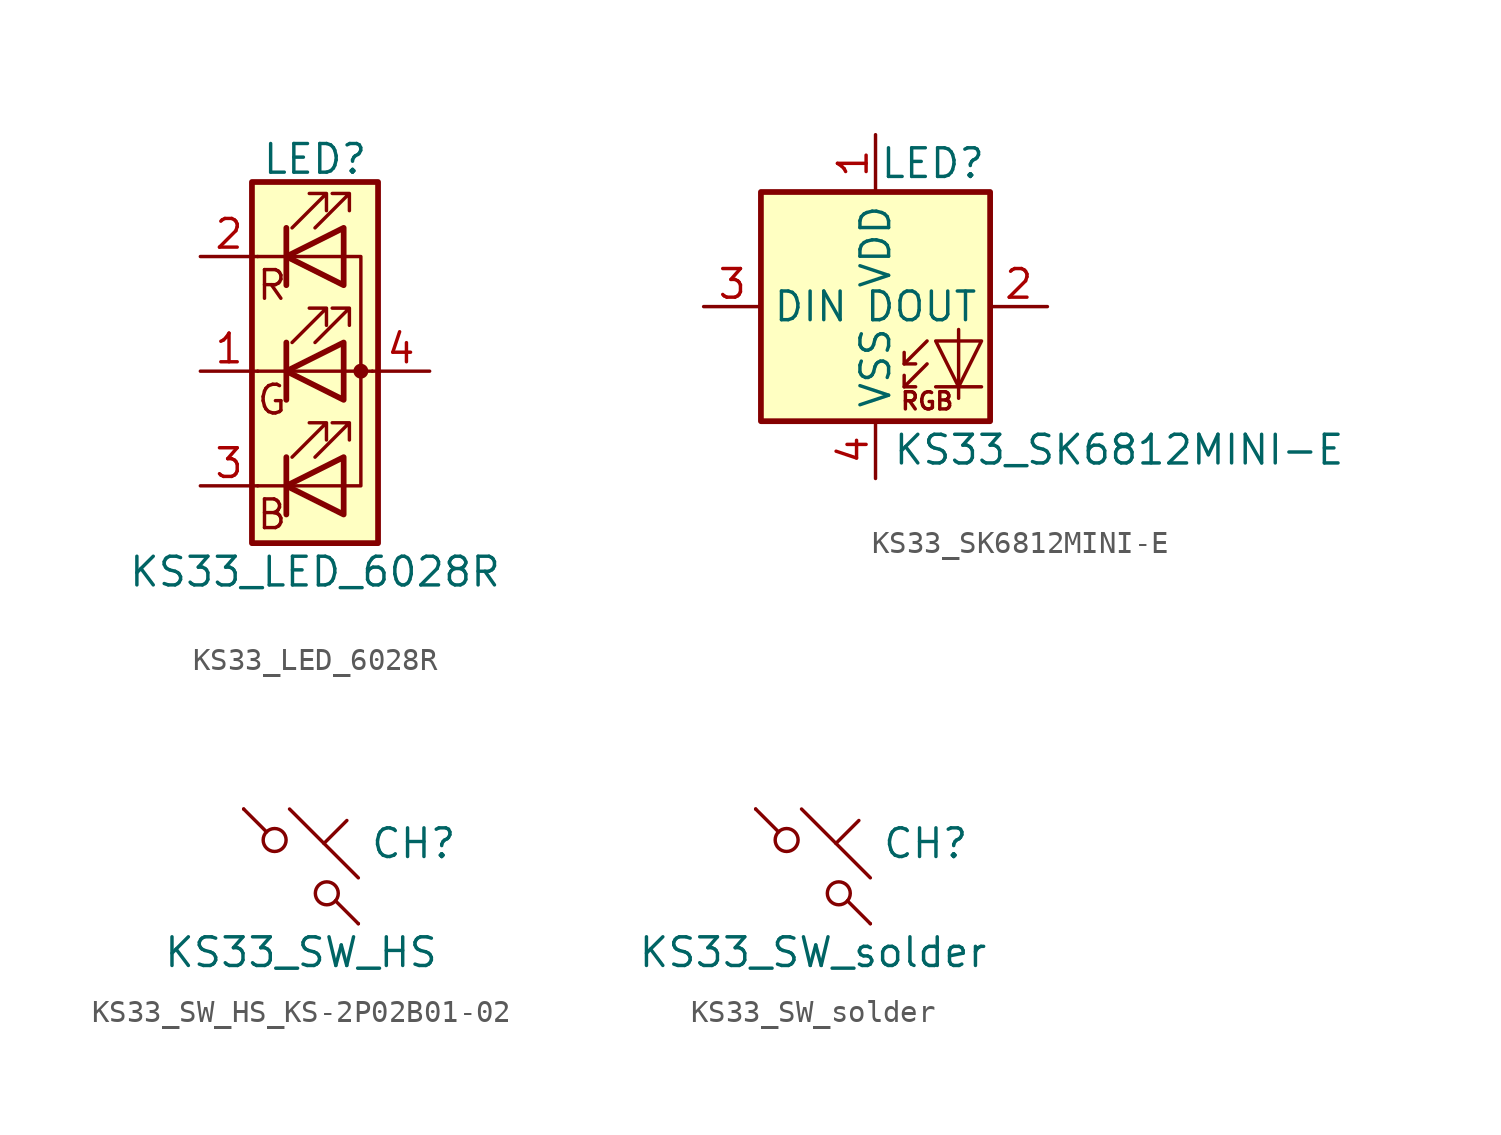
<source format=kicad_sym>
(kicad_symbol_lib
  (version 20220914)
  (generator kicad_symbol_editor)
  (symbol "KS33_LED_6028R"
    (pin_names
      (offset 0) hide)
    (property "Reference" "LED"
      (at 0 9.398 0)
      (effects (font (size 1.27 1.27))))
    (property "Value" "KS33_LED_6028R"
      (at 0 -8.89 0)
      (effects (font (size 1.27 1.27))))
    (symbol "KS33_LED_6028R_0_0"
      (text "B" (at -1.905 -6.35 0) (effects (font (size 1.27 1.27))))
      (text "G" (at -1.905 -1.27 0) (effects (font (size 1.27 1.27))))
      (text "R" (at -1.905 3.81 0) (effects (font (size 1.27 1.27)))))
    (symbol "KS33_LED_6028R_0_1"
      (polyline (pts (xy -1.27 -5.08) (xy -2.54 -5.08)) (stroke (width 0) (type default)) (fill (type none)))
      (polyline (pts (xy -1.27 -5.08) (xy 1.27 -5.08)) (stroke (width 0) (type default)) (fill (type none)))
      (polyline (pts (xy -1.27 -3.81) (xy -1.27 -6.35)) (stroke (width 0.254) (type default)) (fill (type none)))
      (polyline (pts (xy -1.27 0) (xy -2.54 0)) (stroke (width 0) (type default)) (fill (type none)))
      (polyline (pts (xy -1.27 1.27) (xy -1.27 -1.27)) (stroke (width 0.254) (type default)) (fill (type none)))
      (polyline (pts (xy -1.27 5.08) (xy -2.54 5.08)) (stroke (width 0) (type default)) (fill (type none)))
      (polyline (pts (xy -1.27 5.08) (xy 1.27 5.08)) (stroke (width 0) (type default)) (fill (type none)))
      (polyline (pts (xy -1.27 6.35) (xy -1.27 3.81)) (stroke (width 0.254) (type default)) (fill (type none)))
      (polyline (pts (xy 1.27 0) (xy -1.27 0)) (stroke (width 0) (type default)) (fill (type none)))
      (polyline (pts (xy 1.27 0) (xy 2.54 0)) (stroke (width 0) (type default)) (fill (type none)))
      (polyline (pts (xy -1.27 1.27) (xy -1.27 -1.27) (xy -1.27 -1.27)) (stroke (width 0) (type default)) (fill (type none)))
      (polyline (pts (xy -1.27 6.35) (xy -1.27 3.81) (xy -1.27 3.81)) (stroke (width 0) (type default)) (fill (type none)))
      (polyline (pts (xy 1.27 -5.08) (xy 2.032 -5.08) (xy 2.032 5.08) (xy 1.27 5.08)) (stroke (width 0) (type default)) (fill (type none)))
      (polyline (pts (xy 1.27 -3.81) (xy 1.27 -6.35) (xy -1.27 -5.08) (xy 1.27 -3.81)) (stroke (width 0.254) (type default)) (fill (type none)))
      (polyline (pts (xy 1.27 1.27) (xy 1.27 -1.27) (xy -1.27 0) (xy 1.27 1.27)) (stroke (width 0.254) (type default)) (fill (type none)))
      (polyline (pts (xy 1.27 6.35) (xy 1.27 3.81) (xy -1.27 5.08) (xy 1.27 6.35)) (stroke (width 0.254) (type default)) (fill (type none)))
      (polyline (pts (xy -1.016 -3.81) (xy 0.508 -2.286) (xy -0.254 -2.286) (xy 0.508 -2.286) (xy 0.508 -3.048)) (stroke (width 0) (type default)) (fill (type none)))
      (polyline (pts (xy -1.016 1.27) (xy 0.508 2.794) (xy -0.254 2.794) (xy 0.508 2.794) (xy 0.508 2.032)) (stroke (width 0) (type default)) (fill (type none)))
      (polyline (pts (xy -1.016 6.35) (xy 0.508 7.874) (xy -0.254 7.874) (xy 0.508 7.874) (xy 0.508 7.112)) (stroke (width 0) (type default)) (fill (type none)))
      (polyline (pts (xy 0 -3.81) (xy 1.524 -2.286) (xy 0.762 -2.286) (xy 1.524 -2.286) (xy 1.524 -3.048)) (stroke (width 0) (type default)) (fill (type none)))
      (polyline (pts (xy 0 1.27) (xy 1.524 2.794) (xy 0.762 2.794) (xy 1.524 2.794) (xy 1.524 2.032)) (stroke (width 0) (type default)) (fill (type none)))
      (polyline (pts (xy 0 6.35) (xy 1.524 7.874) (xy 0.762 7.874) (xy 1.524 7.874) (xy 1.524 7.112)) (stroke (width 0) (type default)) (fill (type none)))
      (rectangle (start 1.27 -1.27) (end 1.27 1.27) (stroke (width 0) (type default)) (fill (type none)))
      (rectangle (start 1.27 1.27) (end 1.27 1.27) (stroke (width 0) (type default)) (fill (type none)))
      (rectangle (start 1.27 3.81) (end 1.27 6.35) (stroke (width 0) (type default)) (fill (type none)))
      (rectangle (start 1.27 6.35) (end 1.27 6.35) (stroke (width 0) (type default)) (fill (type none)))
      (circle (center 2.032 0) (radius 0.254) (stroke (width 0) (type default)) (fill (type outline)))
      (rectangle (start 2.794 8.382) (end -2.794 -7.62) (stroke (width 0.254) (type default)) (fill (type background))))
    (symbol "KS33_LED_6028R_1_1"
      (pin passive line (at -5.08 0 0) (length 2.54) (name "GK" (effects (font (size 1.27 1.27)))) (number "1" (effects (font (size 1.27 1.27)))))
      (pin passive line (at -5.08 5.08 0) (length 2.54) (name "RK" (effects (font (size 1.27 1.27)))) (number "2" (effects (font (size 1.27 1.27)))))
      (pin passive line (at -5.08 -5.08 0) (length 2.54) (name "BK" (effects (font (size 1.27 1.27)))) (number "3" (effects (font (size 1.27 1.27)))))
      (pin passive line (at 5.08 0 180) (length 2.54) (name "A" (effects (font (size 1.27 1.27)))) (number "4" (effects (font (size 1.27 1.27)))))))
  (symbol "KS33_SK6812MINI-E"
    (property "Reference" "LED"
      (at 2.54 6.35 0)
      (effects (font (size 1.27 1.27))))
    (property "Value" "KS33_SK6812MINI-E"
      (at 10.795 -6.35 0)
      (effects (font (size 1.27 1.27))))
    (symbol "KS33_SK6812MINI-E_0_0"
      (text "RGB" (at 2.286 -4.191 0) (effects (font (size 0.762 0.762)))))
    (symbol "KS33_SK6812MINI-E_0_1"
      (rectangle (start -5.08 5.08) (end 5.08 -5.08) (stroke (width 0.254) (type default)) (fill (type background)))
      (polyline (pts (xy 1.27 -3.556) (xy 1.778 -3.556)) (stroke (width 0) (type default)) (fill (type none)))
      (polyline (pts (xy 1.27 -2.54) (xy 1.778 -2.54)) (stroke (width 0) (type default)) (fill (type none)))
      (polyline (pts (xy 4.699 -3.556) (xy 2.667 -3.556)) (stroke (width 0) (type default)) (fill (type none)))
      (polyline (pts (xy 2.286 -2.54) (xy 1.27 -3.556) (xy 1.27 -3.048)) (stroke (width 0) (type default)) (fill (type none)))
      (polyline (pts (xy 2.286 -1.524) (xy 1.27 -2.54) (xy 1.27 -2.032)) (stroke (width 0) (type default)) (fill (type none)))
      (polyline (pts (xy 3.683 -1.016) (xy 3.683 -3.556) (xy 3.683 -4.064)) (stroke (width 0) (type default)) (fill (type none)))
      (polyline (pts (xy 4.699 -1.524) (xy 2.667 -1.524) (xy 3.683 -3.556) (xy 4.699 -1.524)) (stroke (width 0) (type default)) (fill (type none))))
    (symbol "KS33_SK6812MINI-E_1_1"
      (pin power_in line (at 0 7.62 270) (length 2.54) (name "VDD" (effects (font (size 1.27 1.27)))) (number "1" (effects (font (size 1.27 1.27)))))
      (pin output line (at 7.62 0 180) (length 2.54) (name "DOUT" (effects (font (size 1.27 1.27)))) (number "2" (effects (font (size 1.27 1.27)))))
      (pin input line (at -7.62 0 0) (length 2.54) (name "DIN" (effects (font (size 1.27 1.27)))) (number "3" (effects (font (size 1.27 1.27)))))
      (pin power_in line (at 0 -7.62 90) (length 2.54) (name "VSS" (effects (font (size 1.27 1.27)))) (number "4" (effects (font (size 1.27 1.27)))))))
  (symbol "KS33_SW_HS_KS-2P02B01-02"
    (pin_numbers hide)
    (pin_names
      (offset 1.016) hide)
    (property "Reference" "CH"
      (at 3.048 1.016 0)
      (effects (font (size 1.27 1.27)) (justify left)))
    (property "Value" "KS33_SW_HS"
      (at 0 -3.81 0)
      (effects (font (size 1.27 1.27))))
    (symbol "KS33_SW_HS_KS-2P02B01-02_0_1"
      (circle (center -1.168 1.168) (radius 0.508) (stroke (width 0) (type default)) (fill (type none)))
      (polyline (pts (xy -0.508 2.54) (xy 2.54 -0.508)) (stroke (width 0) (type default)) (fill (type none)))
      (polyline (pts (xy 1.016 1.016) (xy 2.032 2.032)) (stroke (width 0) (type default)) (fill (type none)))
      (polyline (pts (xy -2.54 2.54) (xy -1.524 1.524) (xy -1.524 1.524)) (stroke (width 0) (type default)) (fill (type none)))
      (polyline (pts (xy 1.524 -1.524) (xy 2.54 -2.54) (xy 2.54 -2.54) (xy 2.54 -2.54)) (stroke (width 0) (type default)) (fill (type none)))
      (circle (center 1.143 -1.194) (radius 0.508) (stroke (width 0) (type default)) (fill (type none)))
      (pin passive line (at -2.54 2.54 0) (length 0) (name "1" (effects (font (size 1.27 1.27)))) (number "1" (effects (font (size 1.27 1.27)))))
      (pin passive line (at 2.54 -2.54 180) (length 0) (name "2" (effects (font (size 1.27 1.27)))) (number "2" (effects (font (size 1.27 1.27)))))))
  (symbol "KS33_SW_solder"
    (pin_numbers hide)
    (pin_names
      (offset 1.016) hide)
    (property "Reference" "CH"
      (at 3.048 1.016 0)
      (effects (font (size 1.27 1.27)) (justify left)))
    (property "Value" "KS33_SW_solder"
      (at 0 -3.81 0)
      (effects (font (size 1.27 1.27))))
    (symbol "KS33_SW_solder_0_1"
      (circle (center -1.168 1.168) (radius 0.508) (stroke (width 0) (type default)) (fill (type none)))
      (polyline (pts (xy -0.508 2.54) (xy 2.54 -0.508)) (stroke (width 0) (type default)) (fill (type none)))
      (polyline (pts (xy 1.016 1.016) (xy 2.032 2.032)) (stroke (width 0) (type default)) (fill (type none)))
      (polyline (pts (xy -2.54 2.54) (xy -1.524 1.524) (xy -1.524 1.524)) (stroke (width 0) (type default)) (fill (type none)))
      (polyline (pts (xy 1.524 -1.524) (xy 2.54 -2.54) (xy 2.54 -2.54) (xy 2.54 -2.54)) (stroke (width 0) (type default)) (fill (type none)))
      (circle (center 1.143 -1.194) (radius 0.508) (stroke (width 0) (type default)) (fill (type none)))
      (pin passive line (at -2.54 2.54 0) (length 0) (name "1" (effects (font (size 1.27 1.27)))) (number "1" (effects (font (size 1.27 1.27)))))
      (pin passive line (at 2.54 -2.54 180) (length 0) (name "2" (effects (font (size 1.27 1.27)))) (number "2" (effects (font (size 1.27 1.27))))))))
</source>
